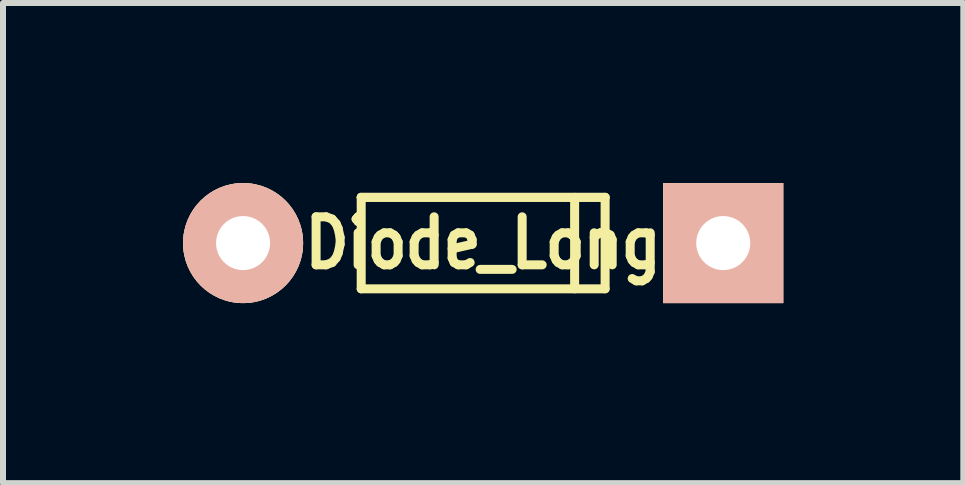
<source format=kicad_pcb>
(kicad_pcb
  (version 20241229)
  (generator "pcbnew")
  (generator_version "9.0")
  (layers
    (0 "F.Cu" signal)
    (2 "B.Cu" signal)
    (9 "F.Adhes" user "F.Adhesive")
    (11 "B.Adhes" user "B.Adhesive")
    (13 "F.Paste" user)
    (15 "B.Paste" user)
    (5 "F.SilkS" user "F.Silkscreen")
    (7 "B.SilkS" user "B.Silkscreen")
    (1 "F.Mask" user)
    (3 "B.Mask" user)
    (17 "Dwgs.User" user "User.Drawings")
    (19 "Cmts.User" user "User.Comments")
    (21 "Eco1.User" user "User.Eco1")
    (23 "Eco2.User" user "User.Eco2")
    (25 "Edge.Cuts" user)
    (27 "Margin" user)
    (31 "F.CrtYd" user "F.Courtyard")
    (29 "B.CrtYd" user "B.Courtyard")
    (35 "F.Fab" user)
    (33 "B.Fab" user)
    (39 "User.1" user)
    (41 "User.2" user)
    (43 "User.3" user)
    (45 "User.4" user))
  (footprint "Diode_Long"
    (layer "F.Cu")
    (at 5 1)
    (property "Reference" "Diode_Long" (at 0 0 0) (layer "F.SilkS") (effects (font (size 0.8 0.7) (thickness 0.15))))
    (attr through_hole)
    (fp_line (start -2.032 -0.762) (end -2.032 0.762) (stroke (width 0.15) (type solid)) (layer "F.SilkS"))
    (fp_line (start -2.032 -0.762) (end 2.032 -0.762) (stroke (width 0.15) (type solid)) (layer "F.SilkS"))
    (fp_line (start -2.032 0.762) (end 2.032 0.762) (stroke (width 0.15) (type solid)) (layer "F.SilkS"))
    (fp_line (start 1.524 0.762) (end 1.524 -0.762) (stroke (width 0.15) (type solid)) (layer "F.SilkS"))
    (fp_line (start 2.032 -0.762) (end -2.032 -0.762) (stroke (width 0.15) (type solid)) (layer "F.SilkS"))
    (fp_line (start 2.032 0.762) (end 2.032 -0.762) (stroke (width 0.15) (type solid)) (layer "F.SilkS"))
    (pad "1" thru_hole rect (at 4 0) (size 2 2) (drill 0.9) (layers "*.Cu" "*.SilkS" "*.Mask"))
    (pad "2" thru_hole circle (at -4 0) (size 2 2) (drill 0.9) (layers "*.Cu" "*.SilkS" "*.Mask")))
  (gr_rect
    (start -3 -3)
    (end 13 5)
    (stroke (width 0.1) (type default))
    (fill no)
    (layer "Edge.Cuts")))
</source>
